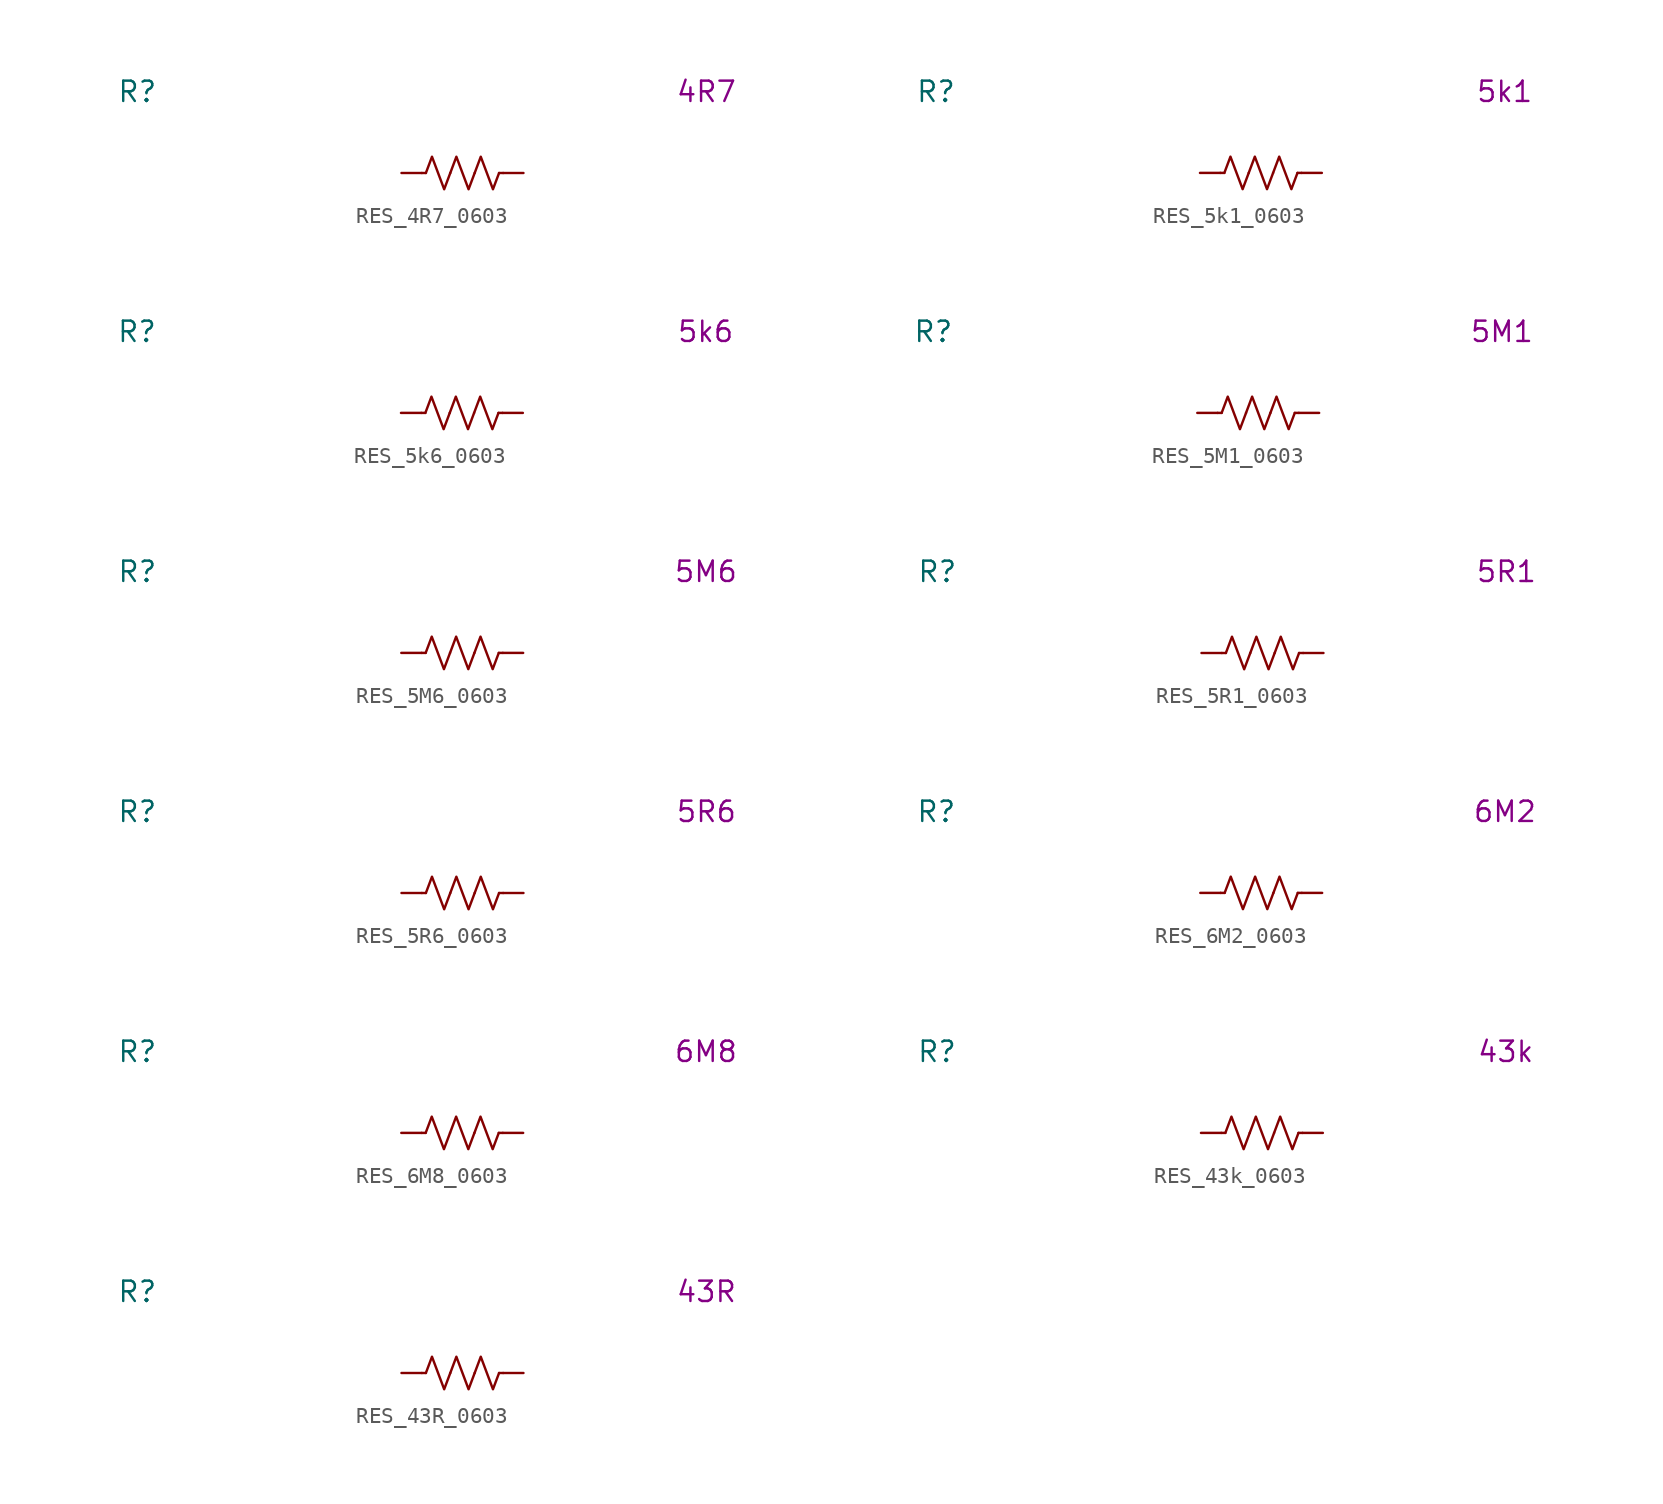
<source format=kicad_sym>
(kicad_symbol_lib
  (version 20231120)
  (generator "kicad_symbol_editor")
  (generator_version "8.0")
  (symbol "RES_4R7_0603"
    (pin_numbers hide)
    (property "Reference" "R"
      (at -20.32 5.08 0)
      (effects (font (size 1.27 1.27))))
    (property "Display Value" "4R7"
      (at 15.24 5.08 0)
      (effects (font (size 1.27 1.27))))
    (symbol "RES_4R7_0603_0_1"
      (polyline (pts (xy -2.286 0) (xy -2.54 0)) (stroke (width 0) (type default)) (fill (type none)))
      (polyline (pts (xy 2.286 0) (xy 2.54 0)) (stroke (width 0) (type default)) (fill (type none)))
      (polyline (pts (xy -2.286 0) (xy -1.905 1.016) (xy -1.524 0) (xy -1.143 -1.016) (xy -0.762 0)) (stroke (width 0) (type default)) (fill (type none)))
      (polyline (pts (xy -0.762 0) (xy -0.381 1.016) (xy 0 0) (xy 0.381 -1.016) (xy 0.762 0)) (stroke (width 0) (type default)) (fill (type none)))
      (polyline (pts (xy 0.762 0) (xy 1.143 1.016) (xy 1.524 0) (xy 1.905 -1.016) (xy 2.286 0)) (stroke (width 0) (type default)) (fill (type none))))
    (symbol "RES_4R7_0603_1_1"
      (pin passive line (at -3.81 0 0) (length 1.27) (name "~" (effects (font (size 1.27 1.27)))) (number "1" (effects (font (size 1.27 1.27)))))
      (pin passive line (at 3.81 0 180) (length 1.27) (name "~" (effects (font (size 1.27 1.27)))) (number "2" (effects (font (size 1.27 1.27)))))))
  (symbol "RES_5k1_0603"
    (pin_numbers hide)
    (property "Reference" "R"
      (at -20.32 5.08 0)
      (effects (font (size 1.27 1.27))))
    (property "Display Value" "5k1"
      (at 15.24 5.08 0)
      (effects (font (size 1.27 1.27))))
    (symbol "RES_5k1_0603_0_1"
      (polyline (pts (xy -2.286 0) (xy -2.54 0)) (stroke (width 0) (type default)) (fill (type none)))
      (polyline (pts (xy 2.286 0) (xy 2.54 0)) (stroke (width 0) (type default)) (fill (type none)))
      (polyline (pts (xy -2.286 0) (xy -1.905 1.016) (xy -1.524 0) (xy -1.143 -1.016) (xy -0.762 0)) (stroke (width 0) (type default)) (fill (type none)))
      (polyline (pts (xy -0.762 0) (xy -0.381 1.016) (xy 0 0) (xy 0.381 -1.016) (xy 0.762 0)) (stroke (width 0) (type default)) (fill (type none)))
      (polyline (pts (xy 0.762 0) (xy 1.143 1.016) (xy 1.524 0) (xy 1.905 -1.016) (xy 2.286 0)) (stroke (width 0) (type default)) (fill (type none))))
    (symbol "RES_5k1_0603_1_1"
      (pin passive line (at -3.81 0 0) (length 1.27) (name "~" (effects (font (size 1.27 1.27)))) (number "1" (effects (font (size 1.27 1.27)))))
      (pin passive line (at 3.81 0 180) (length 1.27) (name "~" (effects (font (size 1.27 1.27)))) (number "2" (effects (font (size 1.27 1.27)))))))
  (symbol "RES_5k6_0603"
    (pin_numbers hide)
    (property "Reference" "R"
      (at -20.32 5.08 0)
      (effects (font (size 1.27 1.27))))
    (property "Display Value" "5k6"
      (at 15.24 5.08 0)
      (effects (font (size 1.27 1.27))))
    (symbol "RES_5k6_0603_0_1"
      (polyline (pts (xy -2.286 0) (xy -2.54 0)) (stroke (width 0) (type default)) (fill (type none)))
      (polyline (pts (xy 2.286 0) (xy 2.54 0)) (stroke (width 0) (type default)) (fill (type none)))
      (polyline (pts (xy -2.286 0) (xy -1.905 1.016) (xy -1.524 0) (xy -1.143 -1.016) (xy -0.762 0)) (stroke (width 0) (type default)) (fill (type none)))
      (polyline (pts (xy -0.762 0) (xy -0.381 1.016) (xy 0 0) (xy 0.381 -1.016) (xy 0.762 0)) (stroke (width 0) (type default)) (fill (type none)))
      (polyline (pts (xy 0.762 0) (xy 1.143 1.016) (xy 1.524 0) (xy 1.905 -1.016) (xy 2.286 0)) (stroke (width 0) (type default)) (fill (type none))))
    (symbol "RES_5k6_0603_1_1"
      (pin passive line (at -3.81 0 0) (length 1.27) (name "~" (effects (font (size 1.27 1.27)))) (number "1" (effects (font (size 1.27 1.27)))))
      (pin passive line (at 3.81 0 180) (length 1.27) (name "~" (effects (font (size 1.27 1.27)))) (number "2" (effects (font (size 1.27 1.27)))))))
  (symbol "RES_5M1_0603"
    (pin_numbers hide)
    (property "Reference" "R"
      (at -20.32 5.08 0)
      (effects (font (size 1.27 1.27))))
    (property "Display Value" "5M1"
      (at 15.24 5.08 0)
      (effects (font (size 1.27 1.27))))
    (symbol "RES_5M1_0603_0_1"
      (polyline (pts (xy -2.286 0) (xy -2.54 0)) (stroke (width 0) (type default)) (fill (type none)))
      (polyline (pts (xy 2.286 0) (xy 2.54 0)) (stroke (width 0) (type default)) (fill (type none)))
      (polyline (pts (xy -2.286 0) (xy -1.905 1.016) (xy -1.524 0) (xy -1.143 -1.016) (xy -0.762 0)) (stroke (width 0) (type default)) (fill (type none)))
      (polyline (pts (xy -0.762 0) (xy -0.381 1.016) (xy 0 0) (xy 0.381 -1.016) (xy 0.762 0)) (stroke (width 0) (type default)) (fill (type none)))
      (polyline (pts (xy 0.762 0) (xy 1.143 1.016) (xy 1.524 0) (xy 1.905 -1.016) (xy 2.286 0)) (stroke (width 0) (type default)) (fill (type none))))
    (symbol "RES_5M1_0603_1_1"
      (pin passive line (at -3.81 0 0) (length 1.27) (name "~" (effects (font (size 1.27 1.27)))) (number "1" (effects (font (size 1.27 1.27)))))
      (pin passive line (at 3.81 0 180) (length 1.27) (name "~" (effects (font (size 1.27 1.27)))) (number "2" (effects (font (size 1.27 1.27)))))))
  (symbol "RES_5M6_0603"
    (pin_numbers hide)
    (property "Reference" "R"
      (at -20.32 5.08 0)
      (effects (font (size 1.27 1.27))))
    (property "Display Value" "5M6"
      (at 15.24 5.08 0)
      (effects (font (size 1.27 1.27))))
    (symbol "RES_5M6_0603_0_1"
      (polyline (pts (xy -2.286 0) (xy -2.54 0)) (stroke (width 0) (type default)) (fill (type none)))
      (polyline (pts (xy 2.286 0) (xy 2.54 0)) (stroke (width 0) (type default)) (fill (type none)))
      (polyline (pts (xy -2.286 0) (xy -1.905 1.016) (xy -1.524 0) (xy -1.143 -1.016) (xy -0.762 0)) (stroke (width 0) (type default)) (fill (type none)))
      (polyline (pts (xy -0.762 0) (xy -0.381 1.016) (xy 0 0) (xy 0.381 -1.016) (xy 0.762 0)) (stroke (width 0) (type default)) (fill (type none)))
      (polyline (pts (xy 0.762 0) (xy 1.143 1.016) (xy 1.524 0) (xy 1.905 -1.016) (xy 2.286 0)) (stroke (width 0) (type default)) (fill (type none))))
    (symbol "RES_5M6_0603_1_1"
      (pin passive line (at -3.81 0 0) (length 1.27) (name "~" (effects (font (size 1.27 1.27)))) (number "1" (effects (font (size 1.27 1.27)))))
      (pin passive line (at 3.81 0 180) (length 1.27) (name "~" (effects (font (size 1.27 1.27)))) (number "2" (effects (font (size 1.27 1.27)))))))
  (symbol "RES_5R1_0603"
    (pin_numbers hide)
    (property "Reference" "R"
      (at -20.32 5.08 0)
      (effects (font (size 1.27 1.27))))
    (property "Display Value" "5R1"
      (at 15.24 5.08 0)
      (effects (font (size 1.27 1.27))))
    (symbol "RES_5R1_0603_0_1"
      (polyline (pts (xy -2.286 0) (xy -2.54 0)) (stroke (width 0) (type default)) (fill (type none)))
      (polyline (pts (xy 2.286 0) (xy 2.54 0)) (stroke (width 0) (type default)) (fill (type none)))
      (polyline (pts (xy -2.286 0) (xy -1.905 1.016) (xy -1.524 0) (xy -1.143 -1.016) (xy -0.762 0)) (stroke (width 0) (type default)) (fill (type none)))
      (polyline (pts (xy -0.762 0) (xy -0.381 1.016) (xy 0 0) (xy 0.381 -1.016) (xy 0.762 0)) (stroke (width 0) (type default)) (fill (type none)))
      (polyline (pts (xy 0.762 0) (xy 1.143 1.016) (xy 1.524 0) (xy 1.905 -1.016) (xy 2.286 0)) (stroke (width 0) (type default)) (fill (type none))))
    (symbol "RES_5R1_0603_1_1"
      (pin passive line (at -3.81 0 0) (length 1.27) (name "~" (effects (font (size 1.27 1.27)))) (number "1" (effects (font (size 1.27 1.27)))))
      (pin passive line (at 3.81 0 180) (length 1.27) (name "~" (effects (font (size 1.27 1.27)))) (number "2" (effects (font (size 1.27 1.27)))))))
  (symbol "RES_5R6_0603"
    (pin_numbers hide)
    (property "Reference" "R"
      (at -20.32 5.08 0)
      (effects (font (size 1.27 1.27))))
    (property "Display Value" "5R6"
      (at 15.24 5.08 0)
      (effects (font (size 1.27 1.27))))
    (symbol "RES_5R6_0603_0_1"
      (polyline (pts (xy -2.286 0) (xy -2.54 0)) (stroke (width 0) (type default)) (fill (type none)))
      (polyline (pts (xy 2.286 0) (xy 2.54 0)) (stroke (width 0) (type default)) (fill (type none)))
      (polyline (pts (xy -2.286 0) (xy -1.905 1.016) (xy -1.524 0) (xy -1.143 -1.016) (xy -0.762 0)) (stroke (width 0) (type default)) (fill (type none)))
      (polyline (pts (xy -0.762 0) (xy -0.381 1.016) (xy 0 0) (xy 0.381 -1.016) (xy 0.762 0)) (stroke (width 0) (type default)) (fill (type none)))
      (polyline (pts (xy 0.762 0) (xy 1.143 1.016) (xy 1.524 0) (xy 1.905 -1.016) (xy 2.286 0)) (stroke (width 0) (type default)) (fill (type none))))
    (symbol "RES_5R6_0603_1_1"
      (pin passive line (at -3.81 0 0) (length 1.27) (name "~" (effects (font (size 1.27 1.27)))) (number "1" (effects (font (size 1.27 1.27)))))
      (pin passive line (at 3.81 0 180) (length 1.27) (name "~" (effects (font (size 1.27 1.27)))) (number "2" (effects (font (size 1.27 1.27)))))))
  (symbol "RES_6M2_0603"
    (pin_numbers hide)
    (property "Reference" "R"
      (at -20.32 5.08 0)
      (effects (font (size 1.27 1.27))))
    (property "Display Value" "6M2"
      (at 15.24 5.08 0)
      (effects (font (size 1.27 1.27))))
    (symbol "RES_6M2_0603_0_1"
      (polyline (pts (xy -2.286 0) (xy -2.54 0)) (stroke (width 0) (type default)) (fill (type none)))
      (polyline (pts (xy 2.286 0) (xy 2.54 0)) (stroke (width 0) (type default)) (fill (type none)))
      (polyline (pts (xy -2.286 0) (xy -1.905 1.016) (xy -1.524 0) (xy -1.143 -1.016) (xy -0.762 0)) (stroke (width 0) (type default)) (fill (type none)))
      (polyline (pts (xy -0.762 0) (xy -0.381 1.016) (xy 0 0) (xy 0.381 -1.016) (xy 0.762 0)) (stroke (width 0) (type default)) (fill (type none)))
      (polyline (pts (xy 0.762 0) (xy 1.143 1.016) (xy 1.524 0) (xy 1.905 -1.016) (xy 2.286 0)) (stroke (width 0) (type default)) (fill (type none))))
    (symbol "RES_6M2_0603_1_1"
      (pin passive line (at -3.81 0 0) (length 1.27) (name "~" (effects (font (size 1.27 1.27)))) (number "1" (effects (font (size 1.27 1.27)))))
      (pin passive line (at 3.81 0 180) (length 1.27) (name "~" (effects (font (size 1.27 1.27)))) (number "2" (effects (font (size 1.27 1.27)))))))
  (symbol "RES_6M8_0603"
    (pin_numbers hide)
    (property "Reference" "R"
      (at -20.32 5.08 0)
      (effects (font (size 1.27 1.27))))
    (property "Display Value" "6M8"
      (at 15.24 5.08 0)
      (effects (font (size 1.27 1.27))))
    (symbol "RES_6M8_0603_0_1"
      (polyline (pts (xy -2.286 0) (xy -2.54 0)) (stroke (width 0) (type default)) (fill (type none)))
      (polyline (pts (xy 2.286 0) (xy 2.54 0)) (stroke (width 0) (type default)) (fill (type none)))
      (polyline (pts (xy -2.286 0) (xy -1.905 1.016) (xy -1.524 0) (xy -1.143 -1.016) (xy -0.762 0)) (stroke (width 0) (type default)) (fill (type none)))
      (polyline (pts (xy -0.762 0) (xy -0.381 1.016) (xy 0 0) (xy 0.381 -1.016) (xy 0.762 0)) (stroke (width 0) (type default)) (fill (type none)))
      (polyline (pts (xy 0.762 0) (xy 1.143 1.016) (xy 1.524 0) (xy 1.905 -1.016) (xy 2.286 0)) (stroke (width 0) (type default)) (fill (type none))))
    (symbol "RES_6M8_0603_1_1"
      (pin passive line (at -3.81 0 0) (length 1.27) (name "~" (effects (font (size 1.27 1.27)))) (number "1" (effects (font (size 1.27 1.27)))))
      (pin passive line (at 3.81 0 180) (length 1.27) (name "~" (effects (font (size 1.27 1.27)))) (number "2" (effects (font (size 1.27 1.27)))))))
  (symbol "RES_43k_0603"
    (pin_numbers hide)
    (property "Reference" "R"
      (at -20.32 5.08 0)
      (effects (font (size 1.27 1.27))))
    (property "Display Value" "43k"
      (at 15.24 5.08 0)
      (effects (font (size 1.27 1.27))))
    (symbol "RES_43k_0603_0_1"
      (polyline (pts (xy -2.286 0) (xy -2.54 0)) (stroke (width 0) (type default)) (fill (type none)))
      (polyline (pts (xy 2.286 0) (xy 2.54 0)) (stroke (width 0) (type default)) (fill (type none)))
      (polyline (pts (xy -2.286 0) (xy -1.905 1.016) (xy -1.524 0) (xy -1.143 -1.016) (xy -0.762 0)) (stroke (width 0) (type default)) (fill (type none)))
      (polyline (pts (xy -0.762 0) (xy -0.381 1.016) (xy 0 0) (xy 0.381 -1.016) (xy 0.762 0)) (stroke (width 0) (type default)) (fill (type none)))
      (polyline (pts (xy 0.762 0) (xy 1.143 1.016) (xy 1.524 0) (xy 1.905 -1.016) (xy 2.286 0)) (stroke (width 0) (type default)) (fill (type none))))
    (symbol "RES_43k_0603_1_1"
      (pin passive line (at -3.81 0 0) (length 1.27) (name "~" (effects (font (size 1.27 1.27)))) (number "1" (effects (font (size 1.27 1.27)))))
      (pin passive line (at 3.81 0 180) (length 1.27) (name "~" (effects (font (size 1.27 1.27)))) (number "2" (effects (font (size 1.27 1.27)))))))
  (symbol "RES_43R_0603"
    (pin_numbers hide)
    (property "Reference" "R"
      (at -20.32 5.08 0)
      (effects (font (size 1.27 1.27))))
    (property "Display Value" "43R"
      (at 15.24 5.08 0)
      (effects (font (size 1.27 1.27))))
    (symbol "RES_43R_0603_0_1"
      (polyline (pts (xy -2.286 0) (xy -2.54 0)) (stroke (width 0) (type default)) (fill (type none)))
      (polyline (pts (xy 2.286 0) (xy 2.54 0)) (stroke (width 0) (type default)) (fill (type none)))
      (polyline (pts (xy -2.286 0) (xy -1.905 1.016) (xy -1.524 0) (xy -1.143 -1.016) (xy -0.762 0)) (stroke (width 0) (type default)) (fill (type none)))
      (polyline (pts (xy -0.762 0) (xy -0.381 1.016) (xy 0 0) (xy 0.381 -1.016) (xy 0.762 0)) (stroke (width 0) (type default)) (fill (type none)))
      (polyline (pts (xy 0.762 0) (xy 1.143 1.016) (xy 1.524 0) (xy 1.905 -1.016) (xy 2.286 0)) (stroke (width 0) (type default)) (fill (type none))))
    (symbol "RES_43R_0603_1_1"
      (pin passive line (at -3.81 0 0) (length 1.27) (name "~" (effects (font (size 1.27 1.27)))) (number "1" (effects (font (size 1.27 1.27)))))
      (pin passive line (at 3.81 0 180) (length 1.27) (name "~" (effects (font (size 1.27 1.27)))) (number "2" (effects (font (size 1.27 1.27))))))))
</source>
